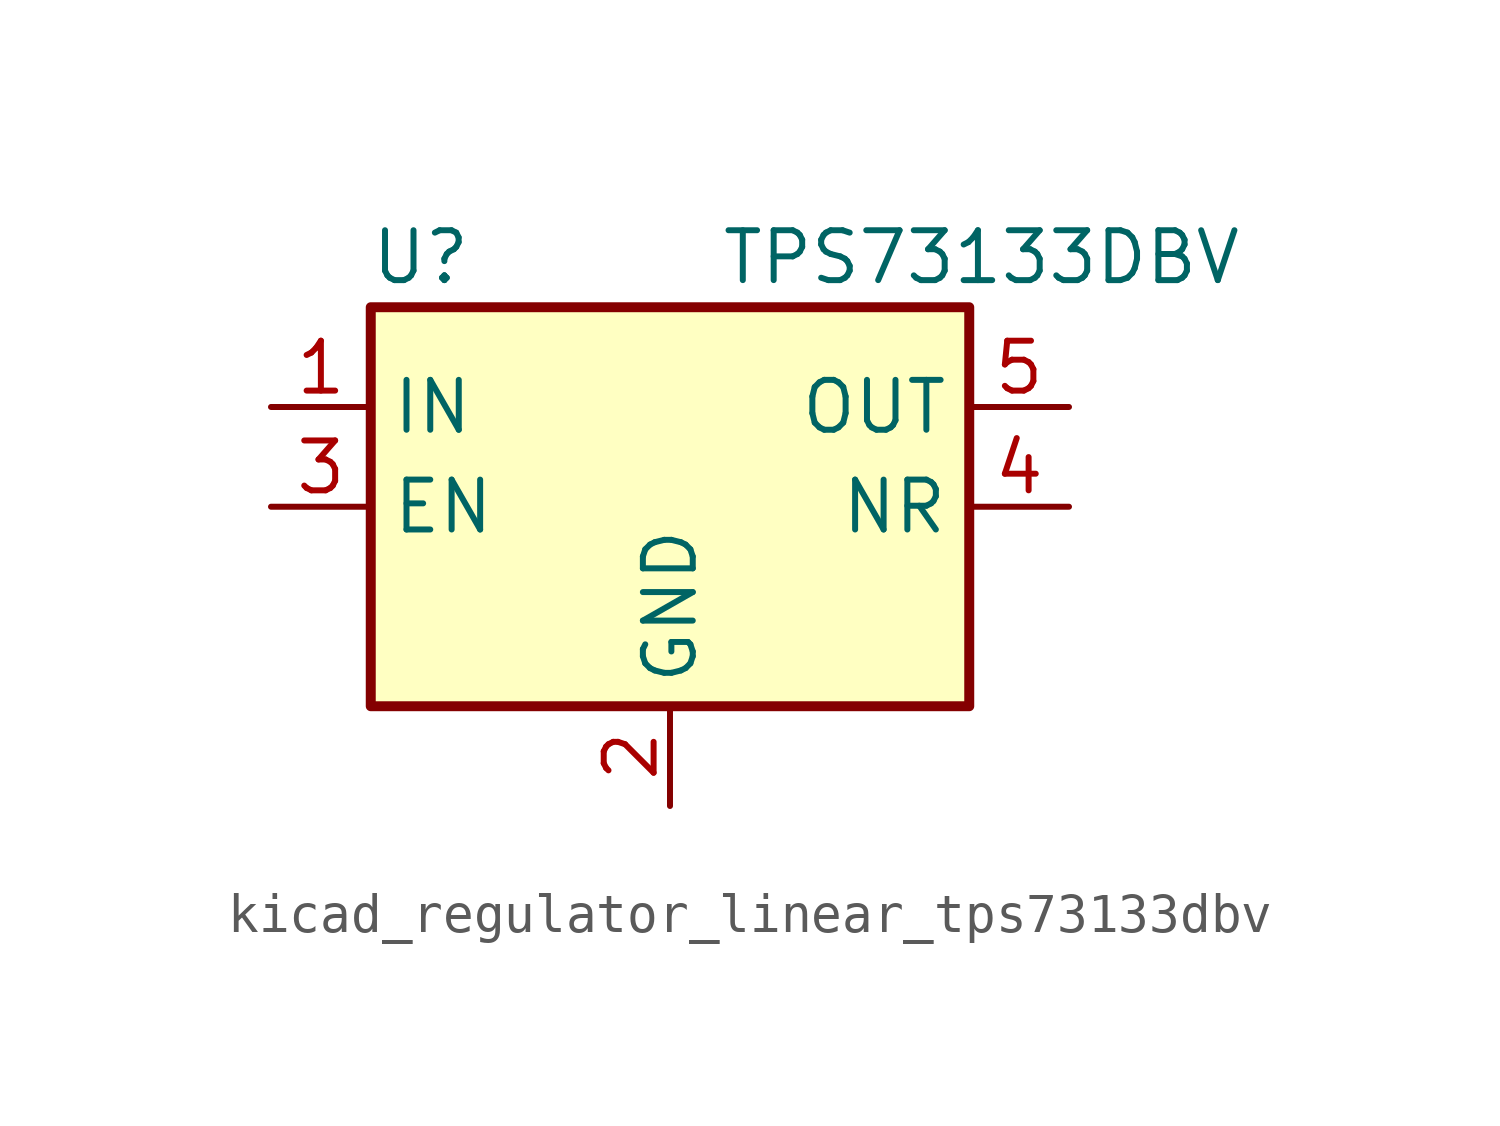
<source format=kicad_sym>
(kicad_symbol_lib
  (version 20220914)
  (generator kicad_symbol_editor)
  (symbol "kicad_regulator_linear_tps73133dbv"
    (property "Reference" "U"
      (at -6.35 6.35 0)
      (effects (font (size 1.27 1.27))))
    (property "Value" "TPS73133DBV"
      (at 1.27 6.35 0)
      (effects (font (size 1.27 1.27)) (justify left)))
    (symbol "kicad_regulator_linear_tps73133dbv_0_1"
      (rectangle (start -7.62 -5.08) (end 7.62 5.08) (stroke (width 0.254) (type default)) (fill (type background))))
    (symbol "kicad_regulator_linear_tps73133dbv_1_1"
      (pin power_in line (at -10.16 2.54 0) (length 2.54) (name "IN" (effects (font (size 1.27 1.27)))) (number "1" (effects (font (size 1.27 1.27)))))
      (pin power_in line (at 0 -7.62 90) (length 2.54) (name "GND" (effects (font (size 1.27 1.27)))) (number "2" (effects (font (size 1.27 1.27)))))
      (pin input line (at -10.16 0 0) (length 2.54) (name "EN" (effects (font (size 1.27 1.27)))) (number "3" (effects (font (size 1.27 1.27)))))
      (pin passive line (at 10.16 0 180) (length 2.54) (name "NR" (effects (font (size 1.27 1.27)))) (number "4" (effects (font (size 1.27 1.27)))))
      (pin power_out line (at 10.16 2.54 180) (length 2.54) (name "OUT" (effects (font (size 1.27 1.27)))) (number "5" (effects (font (size 1.27 1.27))))))))
</source>
